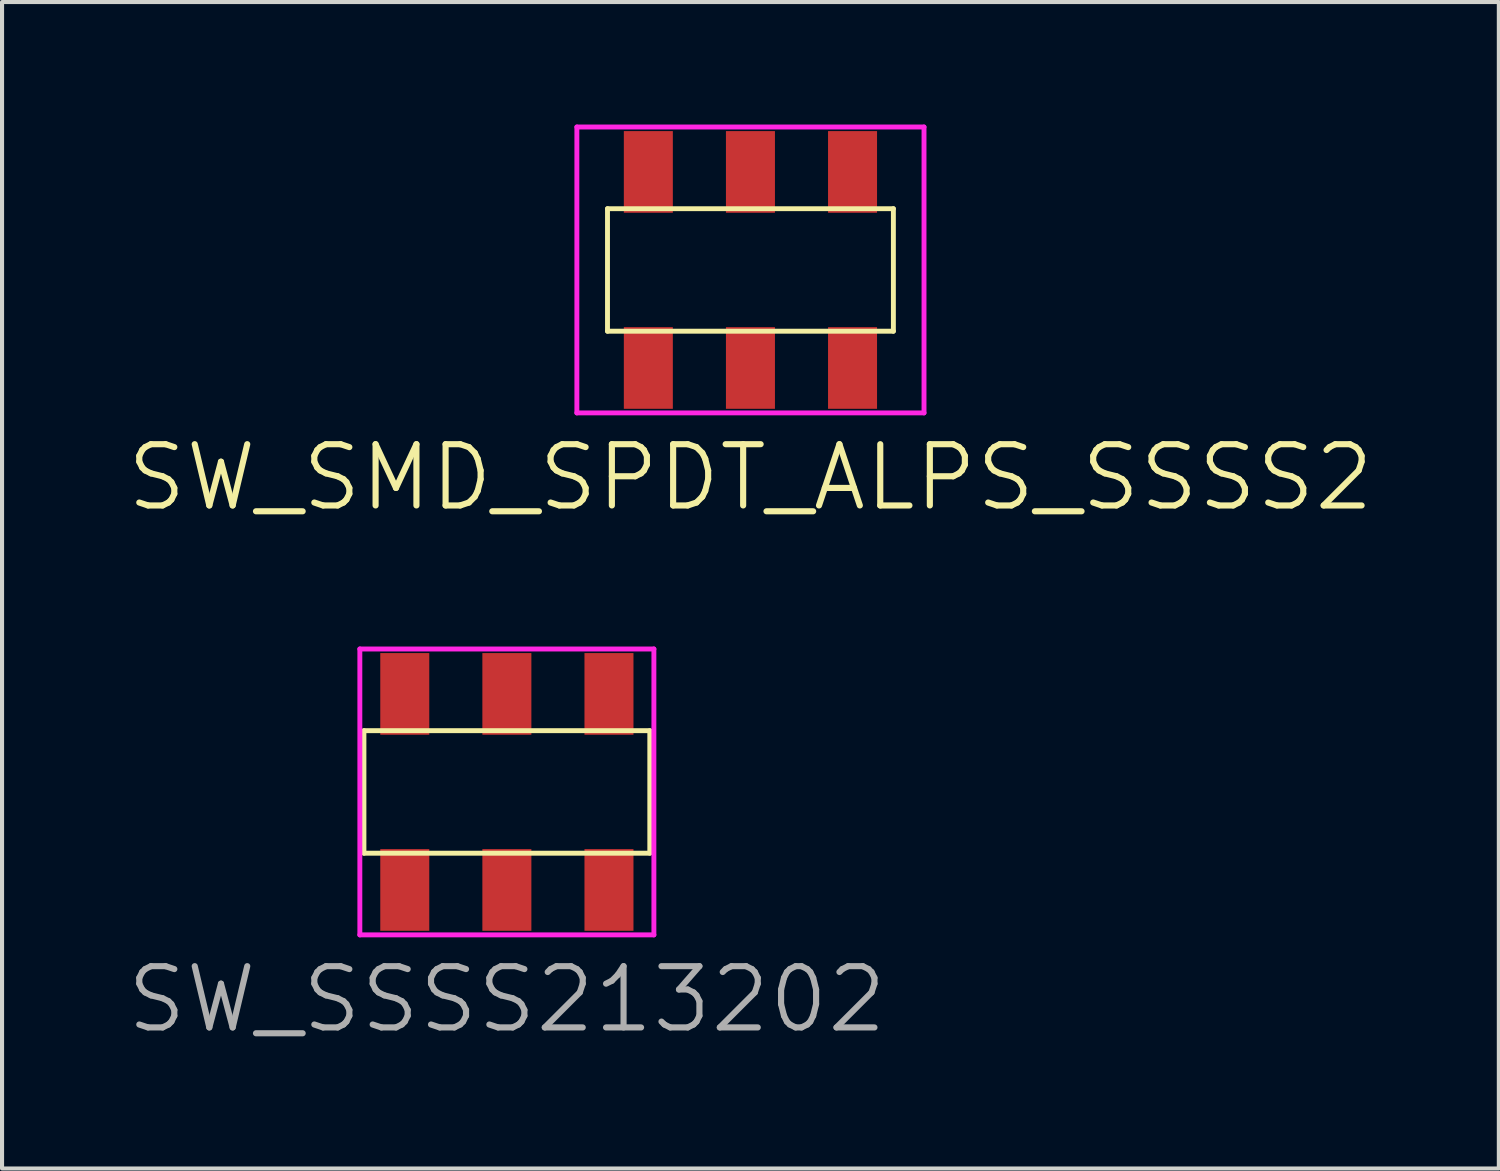
<source format=kicad_pcb>
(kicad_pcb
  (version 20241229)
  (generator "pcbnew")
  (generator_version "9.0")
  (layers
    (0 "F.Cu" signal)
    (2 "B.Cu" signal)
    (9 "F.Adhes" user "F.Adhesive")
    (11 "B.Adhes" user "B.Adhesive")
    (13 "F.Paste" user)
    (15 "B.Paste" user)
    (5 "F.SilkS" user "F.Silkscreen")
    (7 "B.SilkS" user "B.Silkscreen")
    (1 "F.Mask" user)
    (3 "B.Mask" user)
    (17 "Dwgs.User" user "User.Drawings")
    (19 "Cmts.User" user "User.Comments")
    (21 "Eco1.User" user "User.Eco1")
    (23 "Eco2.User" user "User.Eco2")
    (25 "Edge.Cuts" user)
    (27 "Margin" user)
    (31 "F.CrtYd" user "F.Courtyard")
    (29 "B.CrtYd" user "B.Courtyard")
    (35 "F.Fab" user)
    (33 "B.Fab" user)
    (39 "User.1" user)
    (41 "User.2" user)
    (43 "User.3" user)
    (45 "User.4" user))
  (footprint "SW_SMD_SPDT_ALPS_SSSS2"
    (layer "F.Cu")
    (at 15.325 3.56)
    (property "Reference" "SW_SMD_SPDT_ALPS_SSSS2" (at 0 5.08 0) (layer "F.SilkS") (effects (font (size 1.5 1.5) (thickness 0.15))))
    (attr through_hole)
    (fp_line (start -3.5 -1.5) (end 3.5 -1.5) (stroke (width 0.12) (type solid)) (layer "F.SilkS"))
    (fp_line (start -3.5 1.5) (end -3.5 -1.5) (stroke (width 0.12) (type solid)) (layer "F.SilkS"))
    (fp_line (start 3.5 -1.5) (end 3.5 1.5) (stroke (width 0.12) (type solid)) (layer "F.SilkS"))
    (fp_line (start 3.5 1.5) (end -3.5 1.5) (stroke (width 0.12) (type solid)) (layer "F.SilkS"))
    (fp_line (start -4.25 -3.5) (end -4.25 3.5) (stroke (width 0.12) (type solid)) (layer "F.CrtYd"))
    (fp_line (start -4.25 3.5) (end 4.25 3.5) (stroke (width 0.12) (type solid)) (layer "F.CrtYd"))
    (fp_line (start 4.25 -3.5) (end -4.25 -3.5) (stroke (width 0.12) (type solid)) (layer "F.CrtYd"))
    (fp_line (start 4.25 3.5) (end 4.25 -3.5) (stroke (width 0.12) (type solid)) (layer "F.CrtYd"))
    (pad "1" smd rect (at 2.5 -2.4) (size 1.2 2) (layers "F.Cu" "F.Mask" "F.Paste"))
    (pad "1" smd rect (at 2.5 2.4) (size 1.2 2) (layers "F.Cu" "F.Mask" "F.Paste"))
    (pad "2" smd rect (at 0 -2.4) (size 1.2 2) (layers "F.Cu" "F.Mask" "F.Paste"))
    (pad "2" smd rect (at 0 2.4) (size 1.2 2) (layers "F.Cu" "F.Mask" "F.Paste"))
    (pad "3" smd rect (at -2.5 -2.4) (size 1.2 2) (layers "F.Cu" "F.Mask" "F.Paste"))
    (pad "3" smd rect (at -2.5 2.4) (size 1.2 2) (layers "F.Cu" "F.Mask" "F.Paste")))
  (footprint "SW_SSSS213202"
    (layer "F.Cu")
    (at 9.361 16.341)
    (property "Reference" "SW_SSSS213202" (at 0 5.08 0) (layer "F.Fab") (effects (font (size 1.5 1.5) (thickness 0.15))))
    (attr through_hole)
    (fp_line (start -3.5 -1.5) (end 3.5 -1.5) (stroke (width 0.12) (type solid)) (layer "F.SilkS"))
    (fp_line (start -3.5 1.5) (end -3.5 -1.5) (stroke (width 0.12) (type solid)) (layer "F.SilkS"))
    (fp_line (start 3.5 -1.5) (end 3.5 1.5) (stroke (width 0.12) (type solid)) (layer "F.SilkS"))
    (fp_line (start 3.5 1.5) (end -3.5 1.5) (stroke (width 0.12) (type solid)) (layer "F.SilkS"))
    (fp_line (start -3.6 -3.5) (end -3.6 3.5) (stroke (width 0.12) (type solid)) (layer "F.CrtYd"))
    (fp_line (start -3.6 3.5) (end 3.6 3.5) (stroke (width 0.12) (type solid)) (layer "F.CrtYd"))
    (fp_line (start 3.6 -3.5) (end -3.6 -3.5) (stroke (width 0.12) (type solid)) (layer "F.CrtYd"))
    (fp_line (start 3.6 3.5) (end 3.6 -3.5) (stroke (width 0.12) (type solid)) (layer "F.CrtYd"))
    (pad "1" smd rect (at 2.5 -2.4) (size 1.2 2) (layers "F.Cu" "F.Mask" "F.Paste"))
    (pad "1" smd rect (at 2.5 2.4) (size 1.2 2) (layers "F.Cu" "F.Mask" "F.Paste"))
    (pad "2" smd rect (at 0 -2.4) (size 1.2 2) (layers "F.Cu" "F.Mask" "F.Paste"))
    (pad "2" smd rect (at 0 2.4) (size 1.2 2) (layers "F.Cu" "F.Mask" "F.Paste"))
    (pad "3" smd rect (at -2.5 -2.4) (size 1.2 2) (layers "F.Cu" "F.Mask" "F.Paste"))
    (pad "3" smd rect (at -2.5 2.4) (size 1.2 2) (layers "F.Cu" "F.Mask" "F.Paste")))
  (gr_rect
    (start -3 -3)
    (end 33.65 25.561)
    (stroke (width 0.1) (type default))
    (fill no)
    (layer "Edge.Cuts")))
</source>
